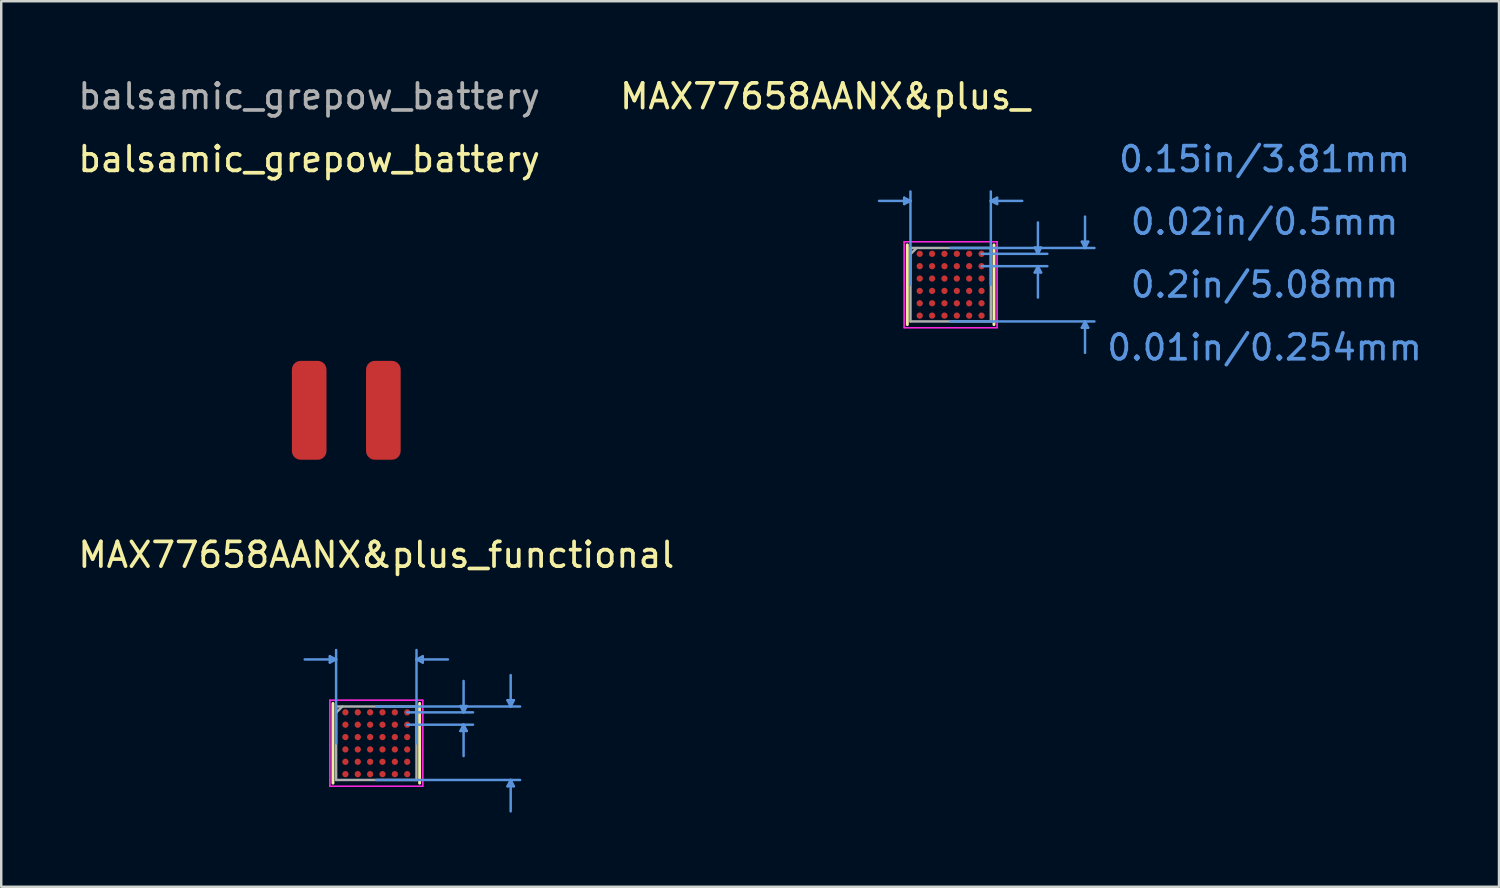
<source format=kicad_pcb>
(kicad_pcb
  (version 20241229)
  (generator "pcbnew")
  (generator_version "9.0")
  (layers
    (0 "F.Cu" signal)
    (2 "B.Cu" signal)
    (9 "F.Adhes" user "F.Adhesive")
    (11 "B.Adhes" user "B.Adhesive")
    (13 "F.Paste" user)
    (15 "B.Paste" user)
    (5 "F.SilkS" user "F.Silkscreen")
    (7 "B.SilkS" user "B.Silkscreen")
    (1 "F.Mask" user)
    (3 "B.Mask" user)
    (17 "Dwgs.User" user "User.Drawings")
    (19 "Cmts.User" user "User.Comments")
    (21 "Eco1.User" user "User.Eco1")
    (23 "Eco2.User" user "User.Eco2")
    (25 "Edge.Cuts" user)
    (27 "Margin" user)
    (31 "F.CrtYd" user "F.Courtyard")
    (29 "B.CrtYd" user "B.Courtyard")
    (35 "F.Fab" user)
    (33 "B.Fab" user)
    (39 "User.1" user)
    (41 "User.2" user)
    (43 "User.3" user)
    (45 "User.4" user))
  (footprint "MAX77658AANX&plus_"
    (layer "F.Cu")
    (at 35.407 8.468)
    (property "Reference" "MAX77658AANX&plus_" (at -5.08 -7.62 0) (layer "F.SilkS") (effects (font (size 1 1) (thickness 0.15))))
    (attr through_hole)
    (fp_line (start -1.753 -1.613) (end -1.753 1.613) (stroke (width 0.12) (type solid)) (layer "F.SilkS"))
    (fp_line (start 1.753 1.613) (end 1.753 -1.613) (stroke (width 0.12) (type solid)) (layer "F.SilkS"))
    (fp_line (start -1.88 -3.518) (end -1.88 -3.264) (stroke (width 0.1) (type solid)) (layer "Cmts.User"))
    (fp_line (start -1.626 -3.391) (end -2.896 -3.391) (stroke (width 0.1) (type solid)) (layer "Cmts.User"))
    (fp_line (start -1.626 -3.391) (end -1.88 -3.518) (stroke (width 0.1) (type solid)) (layer "Cmts.User"))
    (fp_line (start -1.626 -3.391) (end -1.88 -3.264) (stroke (width 0.1) (type solid)) (layer "Cmts.User"))
    (fp_line (start -1.626 0) (end -1.626 -3.772) (stroke (width 0.1) (type solid)) (layer "Cmts.User"))
    (fp_line (start 0 -1.486) (end 5.817 -1.486) (stroke (width 0.1) (type solid)) (layer "Cmts.User"))
    (fp_line (start 0 1.486) (end 5.817 1.486) (stroke (width 0.1) (type solid)) (layer "Cmts.User"))
    (fp_line (start 1.25 -1.25) (end 3.912 -1.25) (stroke (width 0.1) (type solid)) (layer "Cmts.User"))
    (fp_line (start 1.25 -0.75) (end 3.912 -0.75) (stroke (width 0.1) (type solid)) (layer "Cmts.User"))
    (fp_line (start 1.626 -3.391) (end 1.88 -3.518) (stroke (width 0.1) (type solid)) (layer "Cmts.User"))
    (fp_line (start 1.626 -3.391) (end 1.88 -3.264) (stroke (width 0.1) (type solid)) (layer "Cmts.User"))
    (fp_line (start 1.626 -3.391) (end 2.896 -3.391) (stroke (width 0.1) (type solid)) (layer "Cmts.User"))
    (fp_line (start 1.626 0) (end 1.626 -3.772) (stroke (width 0.1) (type solid)) (layer "Cmts.User"))
    (fp_line (start 1.88 -3.518) (end 1.88 -3.264) (stroke (width 0.1) (type solid)) (layer "Cmts.User"))
    (fp_line (start 3.404 -1.504) (end 3.658 -1.504) (stroke (width 0.1) (type solid)) (layer "Cmts.User"))
    (fp_line (start 3.404 -0.496) (end 3.658 -0.496) (stroke (width 0.1) (type solid)) (layer "Cmts.User"))
    (fp_line (start 3.531 -1.25) (end 3.404 -1.504) (stroke (width 0.1) (type solid)) (layer "Cmts.User"))
    (fp_line (start 3.531 -1.25) (end 3.531 -2.52) (stroke (width 0.1) (type solid)) (layer "Cmts.User"))
    (fp_line (start 3.531 -1.25) (end 3.658 -1.504) (stroke (width 0.1) (type solid)) (layer "Cmts.User"))
    (fp_line (start 3.531 -0.75) (end 3.404 -0.496) (stroke (width 0.1) (type solid)) (layer "Cmts.User"))
    (fp_line (start 3.531 -0.75) (end 3.531 0.52) (stroke (width 0.1) (type solid)) (layer "Cmts.User"))
    (fp_line (start 3.531 -0.75) (end 3.658 -0.496) (stroke (width 0.1) (type solid)) (layer "Cmts.User"))
    (fp_line (start 5.309 -1.74) (end 5.563 -1.74) (stroke (width 0.1) (type solid)) (layer "Cmts.User"))
    (fp_line (start 5.309 1.74) (end 5.563 1.74) (stroke (width 0.1) (type solid)) (layer "Cmts.User"))
    (fp_line (start 5.436 -1.486) (end 5.309 -1.74) (stroke (width 0.1) (type solid)) (layer "Cmts.User"))
    (fp_line (start 5.436 -1.486) (end 5.436 -2.756) (stroke (width 0.1) (type solid)) (layer "Cmts.User"))
    (fp_line (start 5.436 -1.486) (end 5.563 -1.74) (stroke (width 0.1) (type solid)) (layer "Cmts.User"))
    (fp_line (start 5.436 1.486) (end 5.309 1.74) (stroke (width 0.1) (type solid)) (layer "Cmts.User"))
    (fp_line (start 5.436 1.486) (end 5.436 2.756) (stroke (width 0.1) (type solid)) (layer "Cmts.User"))
    (fp_line (start 5.436 1.486) (end 5.563 1.74) (stroke (width 0.1) (type solid)) (layer "Cmts.User"))
    (fp_line (start -1.88 -1.74) (end 1.88 -1.74) (stroke (width 0.05) (type solid)) (layer "F.CrtYd"))
    (fp_line (start -1.88 -1.74) (end 1.88 -1.74) (stroke (width 0.05) (type solid)) (layer "F.CrtYd"))
    (fp_line (start -1.88 1.74) (end -1.88 -1.74) (stroke (width 0.05) (type solid)) (layer "F.CrtYd"))
    (fp_line (start -1.88 1.74) (end -1.88 -1.74) (stroke (width 0.05) (type solid)) (layer "F.CrtYd"))
    (fp_line (start 1.88 -1.74) (end 1.88 1.74) (stroke (width 0.05) (type solid)) (layer "F.CrtYd"))
    (fp_line (start 1.88 -1.74) (end 1.88 1.74) (stroke (width 0.05) (type solid)) (layer "F.CrtYd"))
    (fp_line (start 1.88 1.74) (end -1.88 1.74) (stroke (width 0.05) (type solid)) (layer "F.CrtYd"))
    (fp_line (start 1.88 1.74) (end -1.88 1.74) (stroke (width 0.05) (type solid)) (layer "F.CrtYd"))
    (fp_line (start -1.626 -1.486) (end -1.626 1.486) (stroke (width 0.1) (type solid)) (layer "F.Fab"))
    (fp_line (start -1.626 1.486) (end 1.626 1.486) (stroke (width 0.1) (type solid)) (layer "F.Fab"))
    (fp_line (start -1.376 -1.486) (end -1.626 -1.236) (stroke (width 0.1) (type solid)) (layer "F.Fab"))
    (fp_line (start 1.626 -1.486) (end -1.626 -1.486) (stroke (width 0.1) (type solid)) (layer "F.Fab"))
    (fp_line (start 1.626 1.486) (end 1.626 -1.486) (stroke (width 0.1) (type solid)) (layer "F.Fab"))
    (fp_text user "0.02in/0.5mm" (at 12.7 -2.54 0) (layer "Cmts.User") (effects (font (size 1 1) (thickness 0.15))))
    (fp_text user "0.2in/5.08mm" (at 12.7 0 0) (layer "Cmts.User") (effects (font (size 1 1) (thickness 0.15))))
    (fp_text user "0.15in/3.81mm" (at 12.7 -5.08 0) (layer "Cmts.User") (effects (font (size 1 1) (thickness 0.15))))
    (fp_text user "0.01in/0.254mm" (at 12.7 2.54 0) (layer "Cmts.User") (effects (font (size 1 1) (thickness 0.15))))
    (pad "A1" smd circle (at -1.25 -1.25) (size 0.254 0.254) (layers "F.Cu" "F.Mask" "F.Paste"))
    (pad "A2" smd circle (at -0.75 -1.25) (size 0.254 0.254) (layers "F.Cu" "F.Mask" "F.Paste"))
    (pad "A3" smd circle (at -0.25 -1.25) (size 0.254 0.254) (layers "F.Cu" "F.Mask" "F.Paste"))
    (pad "A4" smd circle (at 0.25 -1.25) (size 0.254 0.254) (layers "F.Cu" "F.Mask" "F.Paste"))
    (pad "A5" smd circle (at 0.75 -1.25) (size 0.254 0.254) (layers "F.Cu" "F.Mask" "F.Paste"))
    (pad "A6" smd circle (at 1.25 -1.25) (size 0.254 0.254) (layers "F.Cu" "F.Mask" "F.Paste"))
    (pad "B1" smd circle (at -1.25 -0.75) (size 0.254 0.254) (layers "F.Cu" "F.Mask" "F.Paste"))
    (pad "B2" smd circle (at -0.75 -0.75) (size 0.254 0.254) (layers "F.Cu" "F.Mask" "F.Paste"))
    (pad "B3" smd circle (at -0.25 -0.75) (size 0.254 0.254) (layers "F.Cu" "F.Mask" "F.Paste"))
    (pad "B4" smd circle (at 0.25 -0.75) (size 0.254 0.254) (layers "F.Cu" "F.Mask" "F.Paste"))
    (pad "B5" smd circle (at 0.75 -0.75) (size 0.254 0.254) (layers "F.Cu" "F.Mask" "F.Paste"))
    (pad "B6" smd circle (at 1.25 -0.75) (size 0.254 0.254) (layers "F.Cu" "F.Mask" "F.Paste"))
    (pad "C1" smd circle (at -1.25 -0.25) (size 0.254 0.254) (layers "F.Cu" "F.Mask" "F.Paste"))
    (pad "C2" smd circle (at -0.75 -0.25) (size 0.254 0.254) (layers "F.Cu" "F.Mask" "F.Paste"))
    (pad "C3" smd circle (at -0.25 -0.25) (size 0.254 0.254) (layers "F.Cu" "F.Mask" "F.Paste"))
    (pad "C4" smd circle (at 0.25 -0.25) (size 0.254 0.254) (layers "F.Cu" "F.Mask" "F.Paste"))
    (pad "C5" smd circle (at 0.75 -0.25) (size 0.254 0.254) (layers "F.Cu" "F.Mask" "F.Paste"))
    (pad "C6" smd circle (at 1.25 -0.25) (size 0.254 0.254) (layers "F.Cu" "F.Mask" "F.Paste"))
    (pad "D1" smd circle (at -1.25 0.25) (size 0.254 0.254) (layers "F.Cu" "F.Mask" "F.Paste"))
    (pad "D2" smd circle (at -0.75 0.25) (size 0.254 0.254) (layers "F.Cu" "F.Mask" "F.Paste"))
    (pad "D3" smd circle (at -0.25 0.25) (size 0.254 0.254) (layers "F.Cu" "F.Mask" "F.Paste"))
    (pad "D4" smd circle (at 0.25 0.25) (size 0.254 0.254) (layers "F.Cu" "F.Mask" "F.Paste"))
    (pad "D5" smd circle (at 0.75 0.25) (size 0.254 0.254) (layers "F.Cu" "F.Mask" "F.Paste"))
    (pad "D6" smd circle (at 1.25 0.25) (size 0.254 0.254) (layers "F.Cu" "F.Mask" "F.Paste"))
    (pad "E1" smd circle (at -1.25 0.75) (size 0.254 0.254) (layers "F.Cu" "F.Mask" "F.Paste"))
    (pad "E2" smd circle (at -0.75 0.75) (size 0.254 0.254) (layers "F.Cu" "F.Mask" "F.Paste"))
    (pad "E3" smd circle (at -0.25 0.75) (size 0.254 0.254) (layers "F.Cu" "F.Mask" "F.Paste"))
    (pad "E4" smd circle (at 0.25 0.75) (size 0.254 0.254) (layers "F.Cu" "F.Mask" "F.Paste"))
    (pad "E5" smd circle (at 0.75 0.75) (size 0.254 0.254) (layers "F.Cu" "F.Mask" "F.Paste"))
    (pad "E6" smd circle (at 1.25 0.75) (size 0.254 0.254) (layers "F.Cu" "F.Mask" "F.Paste"))
    (pad "F1" smd circle (at -1.25 1.25) (size 0.254 0.254) (layers "F.Cu" "F.Mask" "F.Paste"))
    (pad "F2" smd circle (at -0.75 1.25) (size 0.254 0.254) (layers "F.Cu" "F.Mask" "F.Paste"))
    (pad "F3" smd circle (at -0.25 1.25) (size 0.254 0.254) (layers "F.Cu" "F.Mask" "F.Paste"))
    (pad "F4" smd circle (at 0.25 1.25) (size 0.254 0.254) (layers "F.Cu" "F.Mask" "F.Paste"))
    (pad "F5" smd circle (at 0.75 1.25) (size 0.254 0.254) (layers "F.Cu" "F.Mask" "F.Paste"))
    (pad "F6" smd circle (at 1.25 1.25) (size 0.254 0.254) (layers "F.Cu" "F.Mask" "F.Paste")))
  (footprint "balsamic_grepow_battery"
    (layer "F.Cu")
    (at 9.458 13.548)
    (property "Reference" "balsamic_grepow_battery" (at 0 -10.16 0) (unlocked yes) (layer "F.SilkS") (effects (font (size 1 1) (thickness 0.15))))
    (attr smd)
    (fp_text user "${REFERENCE}" (at 0 -12.7 0) (unlocked yes) (layer "F.Fab") (effects (font (size 1 1) (thickness 0.15))))
    (pad "1" smd roundrect (at 0 0 180) (size 1.4 4) (layers "F.Cu" "F.Mask" "F.Paste") (roundrect_rratio 0.25))
    (pad "2" smd roundrect (at 3 0 180) (size 1.4 4) (layers "F.Cu" "F.Mask" "F.Paste") (roundrect_rratio 0.25)))
  (footprint "MAX77658AANX&plus_functional"
    (layer "F.Cu")
    (at 12.173 27.017)
    (property "Reference" "MAX77658AANX&plus_functional" (at 0 -7.62 0) (layer "F.SilkS") (effects (font (size 1 1) (thickness 0.15))))
    (attr through_hole)
    (fp_line (start -1.753 -1.613) (end -1.753 1.613) (stroke (width 0.12) (type solid)) (layer "F.SilkS"))
    (fp_line (start 1.753 1.613) (end 1.753 -1.613) (stroke (width 0.12) (type solid)) (layer "F.SilkS"))
    (fp_line (start -1.88 -3.518) (end -1.88 -3.264) (stroke (width 0.1) (type solid)) (layer "Cmts.User"))
    (fp_line (start -1.626 -3.391) (end -2.896 -3.391) (stroke (width 0.1) (type solid)) (layer "Cmts.User"))
    (fp_line (start -1.626 -3.391) (end -1.88 -3.518) (stroke (width 0.1) (type solid)) (layer "Cmts.User"))
    (fp_line (start -1.626 -3.391) (end -1.88 -3.264) (stroke (width 0.1) (type solid)) (layer "Cmts.User"))
    (fp_line (start -1.626 0) (end -1.626 -3.772) (stroke (width 0.1) (type solid)) (layer "Cmts.User"))
    (fp_line (start 0 -1.486) (end 5.817 -1.486) (stroke (width 0.1) (type solid)) (layer "Cmts.User"))
    (fp_line (start 0 1.486) (end 5.817 1.486) (stroke (width 0.1) (type solid)) (layer "Cmts.User"))
    (fp_line (start 1.25 -1.25) (end 3.912 -1.25) (stroke (width 0.1) (type solid)) (layer "Cmts.User"))
    (fp_line (start 1.25 -0.75) (end 3.912 -0.75) (stroke (width 0.1) (type solid)) (layer "Cmts.User"))
    (fp_line (start 1.626 -3.391) (end 1.88 -3.518) (stroke (width 0.1) (type solid)) (layer "Cmts.User"))
    (fp_line (start 1.626 -3.391) (end 1.88 -3.264) (stroke (width 0.1) (type solid)) (layer "Cmts.User"))
    (fp_line (start 1.626 -3.391) (end 2.896 -3.391) (stroke (width 0.1) (type solid)) (layer "Cmts.User"))
    (fp_line (start 1.626 0) (end 1.626 -3.772) (stroke (width 0.1) (type solid)) (layer "Cmts.User"))
    (fp_line (start 1.88 -3.518) (end 1.88 -3.264) (stroke (width 0.1) (type solid)) (layer "Cmts.User"))
    (fp_line (start 3.404 -1.504) (end 3.658 -1.504) (stroke (width 0.1) (type solid)) (layer "Cmts.User"))
    (fp_line (start 3.404 -0.496) (end 3.658 -0.496) (stroke (width 0.1) (type solid)) (layer "Cmts.User"))
    (fp_line (start 3.531 -1.25) (end 3.404 -1.504) (stroke (width 0.1) (type solid)) (layer "Cmts.User"))
    (fp_line (start 3.531 -1.25) (end 3.531 -2.52) (stroke (width 0.1) (type solid)) (layer "Cmts.User"))
    (fp_line (start 3.531 -1.25) (end 3.658 -1.504) (stroke (width 0.1) (type solid)) (layer "Cmts.User"))
    (fp_line (start 3.531 -0.75) (end 3.404 -0.496) (stroke (width 0.1) (type solid)) (layer "Cmts.User"))
    (fp_line (start 3.531 -0.75) (end 3.531 0.52) (stroke (width 0.1) (type solid)) (layer "Cmts.User"))
    (fp_line (start 3.531 -0.75) (end 3.658 -0.496) (stroke (width 0.1) (type solid)) (layer "Cmts.User"))
    (fp_line (start 5.309 -1.74) (end 5.563 -1.74) (stroke (width 0.1) (type solid)) (layer "Cmts.User"))
    (fp_line (start 5.309 1.74) (end 5.563 1.74) (stroke (width 0.1) (type solid)) (layer "Cmts.User"))
    (fp_line (start 5.436 -1.486) (end 5.309 -1.74) (stroke (width 0.1) (type solid)) (layer "Cmts.User"))
    (fp_line (start 5.436 -1.486) (end 5.436 -2.756) (stroke (width 0.1) (type solid)) (layer "Cmts.User"))
    (fp_line (start 5.436 -1.486) (end 5.563 -1.74) (stroke (width 0.1) (type solid)) (layer "Cmts.User"))
    (fp_line (start 5.436 1.486) (end 5.309 1.74) (stroke (width 0.1) (type solid)) (layer "Cmts.User"))
    (fp_line (start 5.436 1.486) (end 5.436 2.756) (stroke (width 0.1) (type solid)) (layer "Cmts.User"))
    (fp_line (start 5.436 1.486) (end 5.563 1.74) (stroke (width 0.1) (type solid)) (layer "Cmts.User"))
    (fp_line (start -1.88 -1.74) (end 1.88 -1.74) (stroke (width 0.05) (type solid)) (layer "F.CrtYd"))
    (fp_line (start -1.88 -1.74) (end 1.88 -1.74) (stroke (width 0.05) (type solid)) (layer "F.CrtYd"))
    (fp_line (start -1.88 1.74) (end -1.88 -1.74) (stroke (width 0.05) (type solid)) (layer "F.CrtYd"))
    (fp_line (start -1.88 1.74) (end -1.88 -1.74) (stroke (width 0.05) (type solid)) (layer "F.CrtYd"))
    (fp_line (start 1.88 -1.74) (end 1.88 1.74) (stroke (width 0.05) (type solid)) (layer "F.CrtYd"))
    (fp_line (start 1.88 -1.74) (end 1.88 1.74) (stroke (width 0.05) (type solid)) (layer "F.CrtYd"))
    (fp_line (start 1.88 1.74) (end -1.88 1.74) (stroke (width 0.05) (type solid)) (layer "F.CrtYd"))
    (fp_line (start 1.88 1.74) (end -1.88 1.74) (stroke (width 0.05) (type solid)) (layer "F.CrtYd"))
    (fp_line (start -1.626 -1.486) (end -1.626 1.486) (stroke (width 0.1) (type solid)) (layer "F.Fab"))
    (fp_line (start -1.626 1.486) (end 1.626 1.486) (stroke (width 0.1) (type solid)) (layer "F.Fab"))
    (fp_line (start -1.376 -1.486) (end -1.626 -1.236) (stroke (width 0.1) (type solid)) (layer "F.Fab"))
    (fp_line (start 1.626 -1.486) (end -1.626 -1.486) (stroke (width 0.1) (type solid)) (layer "F.Fab"))
    (fp_line (start 1.626 1.486) (end 1.626 -1.486) (stroke (width 0.1) (type solid)) (layer "F.Fab"))
    (pad "A1" smd circle (at -1.25 -1.25) (size 0.254 0.254) (layers "F.Cu" "F.Mask" "F.Paste"))
    (pad "A2" smd circle (at -0.75 -1.25) (size 0.254 0.254) (layers "F.Cu" "F.Mask" "F.Paste"))
    (pad "A3" smd circle (at -0.25 -1.25) (size 0.254 0.254) (layers "F.Cu" "F.Mask" "F.Paste"))
    (pad "A4" smd circle (at 0.25 -1.25) (size 0.254 0.254) (layers "F.Cu" "F.Mask" "F.Paste"))
    (pad "A5" smd circle (at 0.75 -1.25) (size 0.254 0.254) (layers "F.Cu" "F.Mask" "F.Paste"))
    (pad "A6" smd circle (at 1.25 -1.25) (size 0.254 0.254) (layers "F.Cu" "F.Mask" "F.Paste"))
    (pad "B1" smd circle (at -1.25 -0.75) (size 0.254 0.254) (layers "F.Cu" "F.Mask" "F.Paste"))
    (pad "B2" smd circle (at -0.75 -0.75) (size 0.254 0.254) (layers "F.Cu" "F.Mask" "F.Paste"))
    (pad "B3" smd circle (at -0.25 -0.75) (size 0.254 0.254) (layers "F.Cu" "F.Mask" "F.Paste"))
    (pad "B4" smd circle (at 0.25 -0.75) (size 0.254 0.254) (layers "F.Cu" "F.Mask" "F.Paste"))
    (pad "B5" smd circle (at 0.75 -0.75) (size 0.254 0.254) (layers "F.Cu" "F.Mask" "F.Paste"))
    (pad "B6" smd circle (at 1.25 -0.75) (size 0.254 0.254) (layers "F.Cu" "F.Mask" "F.Paste"))
    (pad "C1" smd circle (at -1.25 -0.25) (size 0.254 0.254) (layers "F.Cu" "F.Mask" "F.Paste"))
    (pad "C2" smd circle (at -0.75 -0.25) (size 0.254 0.254) (layers "F.Cu" "F.Mask" "F.Paste"))
    (pad "C3" smd circle (at -0.25 -0.25) (size 0.254 0.254) (layers "F.Cu" "F.Mask" "F.Paste"))
    (pad "C4" smd circle (at 0.25 -0.25) (size 0.254 0.254) (layers "F.Cu" "F.Mask" "F.Paste"))
    (pad "C5" smd circle (at 0.75 -0.25) (size 0.254 0.254) (layers "F.Cu" "F.Mask" "F.Paste"))
    (pad "C6" smd circle (at 1.25 -0.25) (size 0.254 0.254) (layers "F.Cu" "F.Mask" "F.Paste"))
    (pad "D1" smd circle (at -1.25 0.25) (size 0.254 0.254) (layers "F.Cu" "F.Mask" "F.Paste"))
    (pad "D2" smd circle (at -0.75 0.25) (size 0.254 0.254) (layers "F.Cu" "F.Mask" "F.Paste"))
    (pad "D3" smd circle (at -0.25 0.25) (size 0.254 0.254) (layers "F.Cu" "F.Mask" "F.Paste"))
    (pad "D4" smd circle (at 0.25 0.25) (size 0.254 0.254) (layers "F.Cu" "F.Mask" "F.Paste"))
    (pad "D5" smd circle (at 0.75 0.25) (size 0.254 0.254) (layers "F.Cu" "F.Mask" "F.Paste"))
    (pad "D6" smd circle (at 1.25 0.25) (size 0.254 0.254) (layers "F.Cu" "F.Mask" "F.Paste"))
    (pad "E1" smd circle (at -1.25 0.75) (size 0.254 0.254) (layers "F.Cu" "F.Mask" "F.Paste"))
    (pad "E2" smd circle (at -0.75 0.75) (size 0.254 0.254) (layers "F.Cu" "F.Mask" "F.Paste"))
    (pad "E3" smd circle (at -0.25 0.75) (size 0.254 0.254) (layers "F.Cu" "F.Mask" "F.Paste"))
    (pad "E4" smd circle (at 0.25 0.75) (size 0.254 0.254) (layers "F.Cu" "F.Mask" "F.Paste"))
    (pad "E5" smd circle (at 0.75 0.75) (size 0.254 0.254) (layers "F.Cu" "F.Mask" "F.Paste"))
    (pad "E6" smd circle (at 1.25 0.75) (size 0.254 0.254) (layers "F.Cu" "F.Mask" "F.Paste"))
    (pad "F1" smd circle (at -1.25 1.25) (size 0.254 0.254) (layers "F.Cu" "F.Mask" "F.Paste"))
    (pad "F2" smd circle (at -0.75 1.25) (size 0.254 0.254) (layers "F.Cu" "F.Mask" "F.Paste"))
    (pad "F3" smd circle (at -0.25 1.25) (size 0.254 0.254) (layers "F.Cu" "F.Mask" "F.Paste"))
    (pad "F4" smd circle (at 0.25 1.25) (size 0.254 0.254) (layers "F.Cu" "F.Mask" "F.Paste"))
    (pad "F5" smd circle (at 0.75 1.25) (size 0.254 0.254) (layers "F.Cu" "F.Mask" "F.Paste"))
    (pad "F6" smd circle (at 1.25 1.25) (size 0.254 0.254) (layers "F.Cu" "F.Mask" "F.Paste")))
  (gr_rect
    (start -3 -3)
    (end 57.59 32.822)
    (stroke (width 0.1) (type default))
    (fill no)
    (layer "Edge.Cuts")))
</source>
